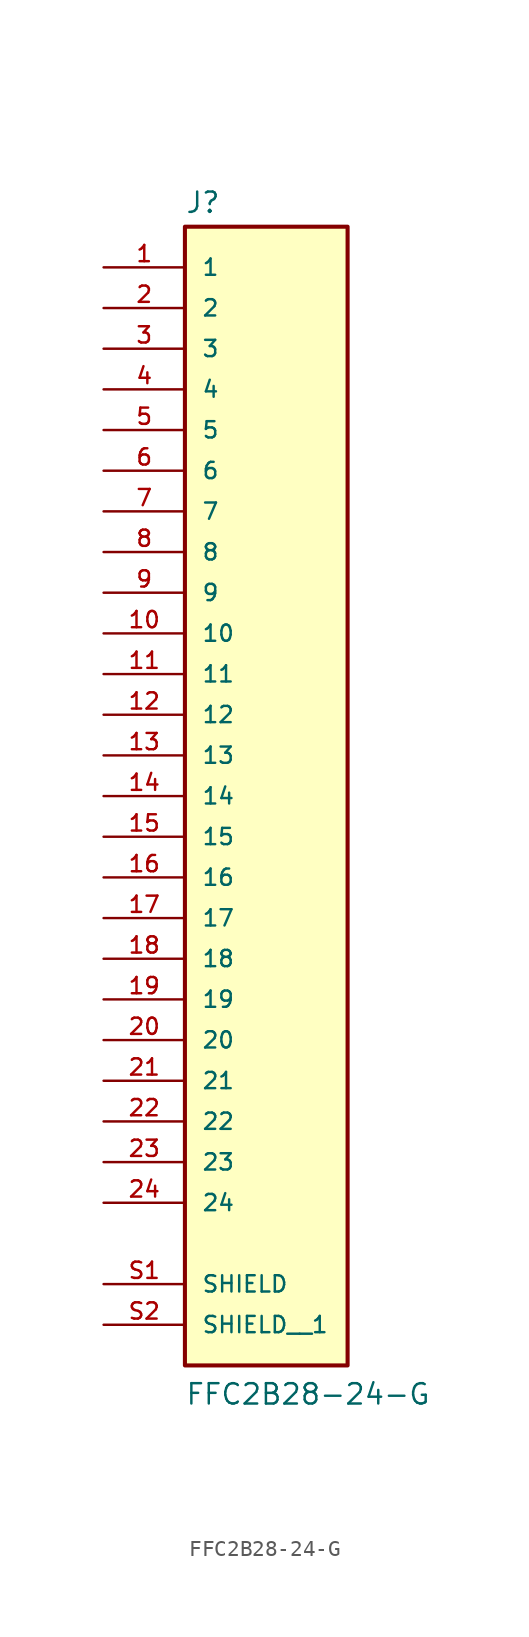
<source format=kicad_sym>
(kicad_symbol_lib
  (version 20211014)
  (generator kicad_symbol_editor)
  (symbol "FFC2B28-24-G"
    (pin_names
      (offset 1.016))
    (property "Reference" "J"
      (at -5.08 33.782 0)
      (effects (font (size 1.27 1.27)) (justify bottom left)))
    (property "Value" "FFC2B28-24-G"
      (at -5.08 -40.64 0)
      (effects (font (size 1.27 1.27)) (justify bottom left)))
    (symbol "FFC2B28-24-G_0_0"
      (rectangle (start -5.08 -38.1) (end 5.08 33.02) (stroke (width 0.254)) (fill (type background)))
      (pin passive line (at -10.16 30.48 0) (length 5.08) (name "1" (effects (font (size 1.016 1.016)))) (number "1" (effects (font (size 1.016 1.016)))))
      (pin passive line (at -10.16 27.94 0) (length 5.08) (name "2" (effects (font (size 1.016 1.016)))) (number "2" (effects (font (size 1.016 1.016)))))
      (pin passive line (at -10.16 25.4 0) (length 5.08) (name "3" (effects (font (size 1.016 1.016)))) (number "3" (effects (font (size 1.016 1.016)))))
      (pin passive line (at -10.16 22.86 0) (length 5.08) (name "4" (effects (font (size 1.016 1.016)))) (number "4" (effects (font (size 1.016 1.016)))))
      (pin passive line (at -10.16 -33.02 0) (length 5.08) (name "SHIELD" (effects (font (size 1.016 1.016)))) (number "S1" (effects (font (size 1.016 1.016)))))
      (pin passive line (at -10.16 20.32 0) (length 5.08) (name "5" (effects (font (size 1.016 1.016)))) (number "5" (effects (font (size 1.016 1.016)))))
      (pin passive line (at -10.16 17.78 0) (length 5.08) (name "6" (effects (font (size 1.016 1.016)))) (number "6" (effects (font (size 1.016 1.016)))))
      (pin passive line (at -10.16 15.24 0) (length 5.08) (name "7" (effects (font (size 1.016 1.016)))) (number "7" (effects (font (size 1.016 1.016)))))
      (pin passive line (at -10.16 12.7 0) (length 5.08) (name "8" (effects (font (size 1.016 1.016)))) (number "8" (effects (font (size 1.016 1.016)))))
      (pin passive line (at -10.16 10.16 0) (length 5.08) (name "9" (effects (font (size 1.016 1.016)))) (number "9" (effects (font (size 1.016 1.016)))))
      (pin passive line (at -10.16 7.62 0) (length 5.08) (name "10" (effects (font (size 1.016 1.016)))) (number "10" (effects (font (size 1.016 1.016)))))
      (pin passive line (at -10.16 5.08 0) (length 5.08) (name "11" (effects (font (size 1.016 1.016)))) (number "11" (effects (font (size 1.016 1.016)))))
      (pin passive line (at -10.16 2.54 0) (length 5.08) (name "12" (effects (font (size 1.016 1.016)))) (number "12" (effects (font (size 1.016 1.016)))))
      (pin passive line (at -10.16 0.0 0) (length 5.08) (name "13" (effects (font (size 1.016 1.016)))) (number "13" (effects (font (size 1.016 1.016)))))
      (pin passive line (at -10.16 -2.54 0) (length 5.08) (name "14" (effects (font (size 1.016 1.016)))) (number "14" (effects (font (size 1.016 1.016)))))
      (pin passive line (at -10.16 -5.08 0) (length 5.08) (name "15" (effects (font (size 1.016 1.016)))) (number "15" (effects (font (size 1.016 1.016)))))
      (pin passive line (at -10.16 -7.62 0) (length 5.08) (name "16" (effects (font (size 1.016 1.016)))) (number "16" (effects (font (size 1.016 1.016)))))
      (pin passive line (at -10.16 -10.16 0) (length 5.08) (name "17" (effects (font (size 1.016 1.016)))) (number "17" (effects (font (size 1.016 1.016)))))
      (pin passive line (at -10.16 -12.7 0) (length 5.08) (name "18" (effects (font (size 1.016 1.016)))) (number "18" (effects (font (size 1.016 1.016)))))
      (pin passive line (at -10.16 -15.24 0) (length 5.08) (name "19" (effects (font (size 1.016 1.016)))) (number "19" (effects (font (size 1.016 1.016)))))
      (pin passive line (at -10.16 -17.78 0) (length 5.08) (name "20" (effects (font (size 1.016 1.016)))) (number "20" (effects (font (size 1.016 1.016)))))
      (pin passive line (at -10.16 -20.32 0) (length 5.08) (name "21" (effects (font (size 1.016 1.016)))) (number "21" (effects (font (size 1.016 1.016)))))
      (pin passive line (at -10.16 -22.86 0) (length 5.08) (name "22" (effects (font (size 1.016 1.016)))) (number "22" (effects (font (size 1.016 1.016)))))
      (pin passive line (at -10.16 -25.4 0) (length 5.08) (name "23" (effects (font (size 1.016 1.016)))) (number "23" (effects (font (size 1.016 1.016)))))
      (pin passive line (at -10.16 -27.94 0) (length 5.08) (name "24" (effects (font (size 1.016 1.016)))) (number "24" (effects (font (size 1.016 1.016)))))
      (pin passive line (at -10.16 -35.56 0) (length 5.08) (name "SHIELD__1" (effects (font (size 1.016 1.016)))) (number "S2" (effects (font (size 1.016 1.016))))))))
</source>
